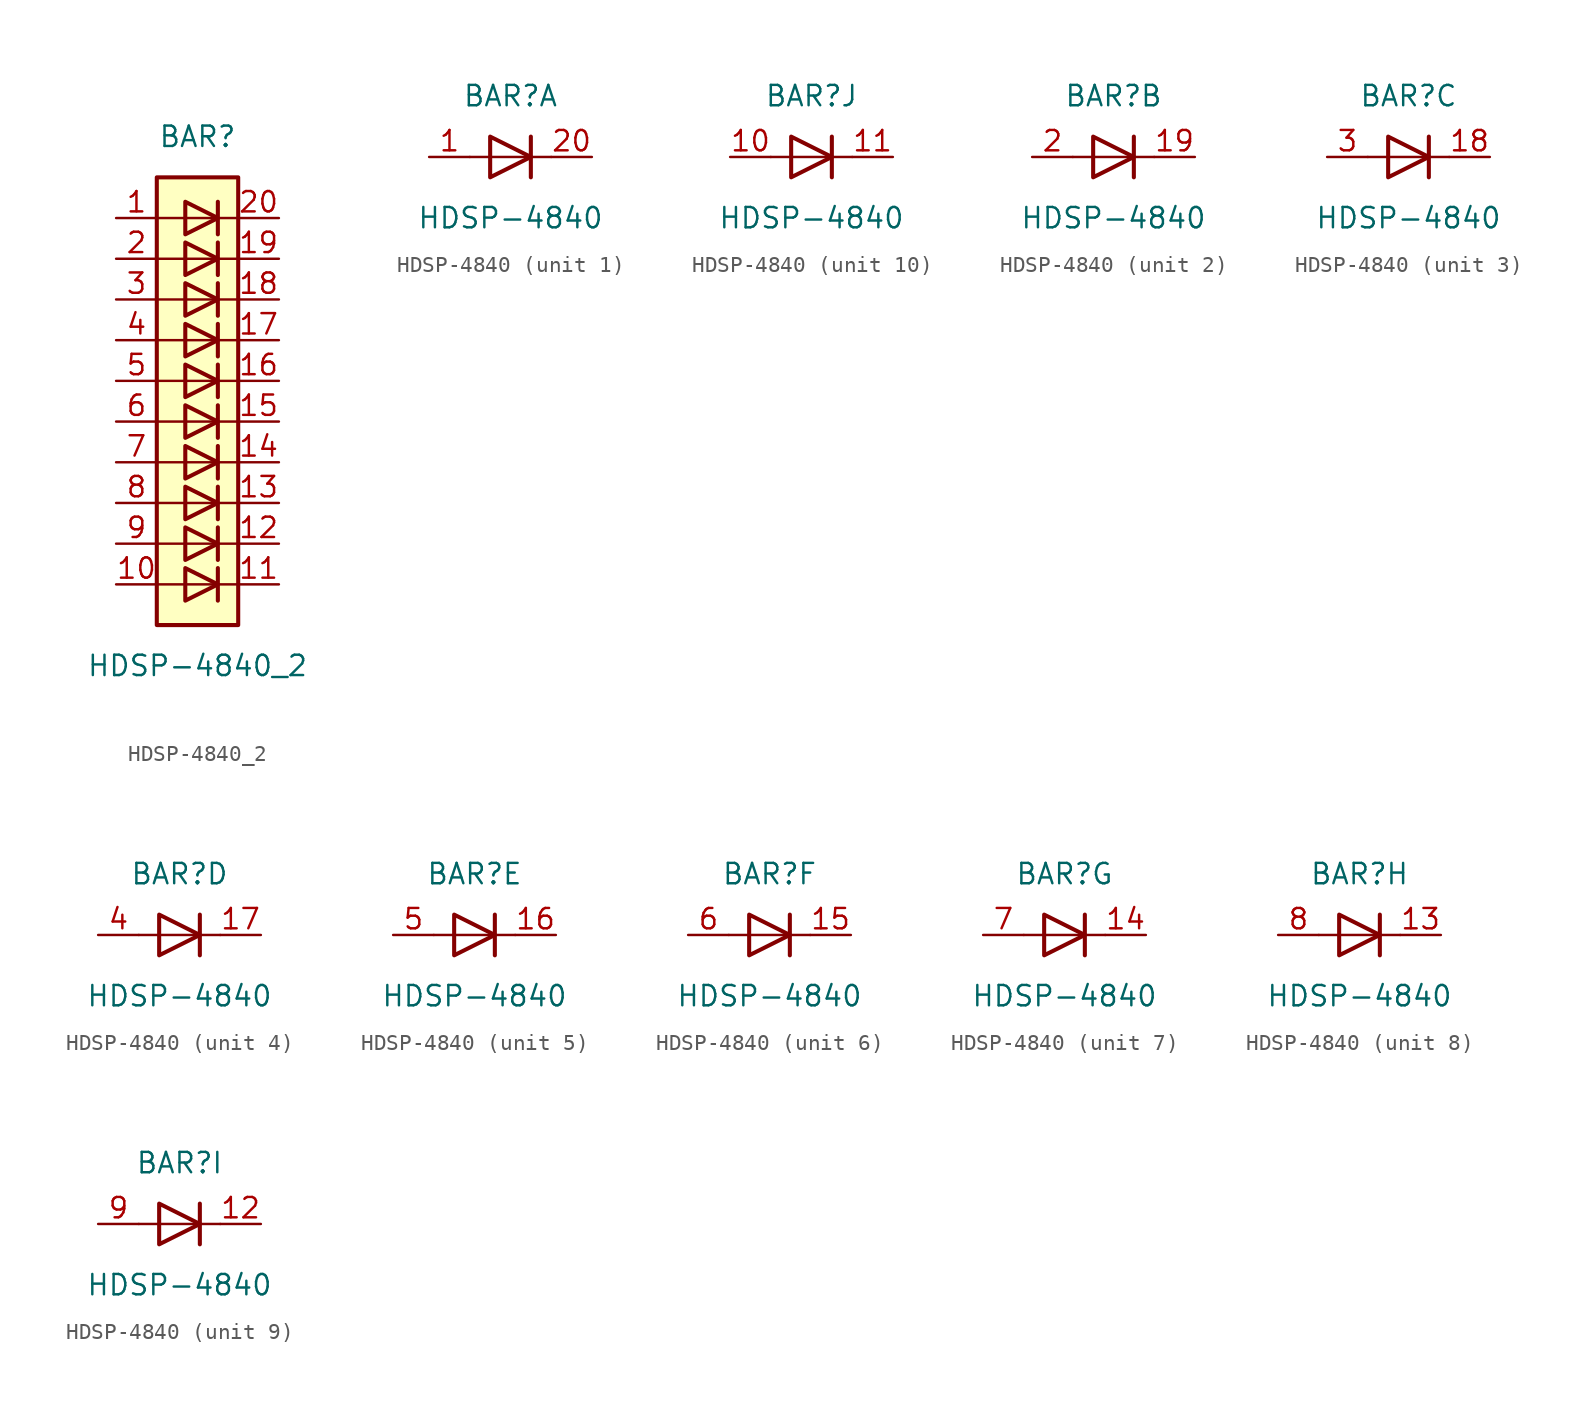
<source format=kicad_sym>
(kicad_symbol_lib
  (version 20201005)
  (generator kicad_symbol_editor)
  (symbol "LED:HDSP-4840_2"
    (pin_names
      (offset 1.016) hide)
    (property "Reference" "BAR"
      (at 0 15.24 0)
      (effects (font (size 1.27 1.27))))
    (property "Value" "HDSP-4840_2"
      (at 0 -17.78 0)
      (effects (font (size 1.27 1.27))))
    (symbol "HDSP-4840_2_0_1"
      (rectangle (start -2.54 12.7) (end 2.54 -15.24) (stroke (width 0.254)) (fill (type background)))
      (polyline (pts (xy -2.54 -12.7) (xy 2.54 -12.7)) (stroke (width 0)) (fill (type none)))
      (polyline (pts (xy -2.54 -10.16) (xy 2.54 -10.16)) (stroke (width 0)) (fill (type none)))
      (polyline (pts (xy -2.54 -7.62) (xy 2.54 -7.62)) (stroke (width 0)) (fill (type none)))
      (polyline (pts (xy -2.54 -5.08) (xy 2.54 -5.08)) (stroke (width 0)) (fill (type none)))
      (polyline (pts (xy -2.54 0) (xy 2.54 0)) (stroke (width 0)) (fill (type none)))
      (polyline (pts (xy -2.54 5.08) (xy 2.54 5.08)) (stroke (width 0)) (fill (type none)))
      (polyline (pts (xy -2.54 7.62) (xy 2.54 7.62)) (stroke (width 0)) (fill (type none)))
      (polyline (pts (xy -2.54 10.16) (xy 2.54 10.16)) (stroke (width 0)) (fill (type none)))
      (polyline (pts (xy 1.27 -11.684) (xy 1.27 -13.716)) (stroke (width 0.254)) (fill (type none)))
      (polyline (pts (xy 1.27 -9.144) (xy 1.27 -11.176)) (stroke (width 0.254)) (fill (type none)))
      (polyline (pts (xy 1.27 -6.604) (xy 1.27 -8.636)) (stroke (width 0.254)) (fill (type none)))
      (polyline (pts (xy 1.27 -4.064) (xy 1.27 -6.096)) (stroke (width 0.254)) (fill (type none)))
      (polyline (pts (xy 1.27 -1.524) (xy 1.27 -3.556)) (stroke (width 0.254)) (fill (type none)))
      (polyline (pts (xy 1.27 1.016) (xy 1.27 -1.016)) (stroke (width 0.254)) (fill (type none)))
      (polyline (pts (xy 1.27 3.556) (xy 1.27 1.524)) (stroke (width 0.254)) (fill (type none)))
      (polyline (pts (xy 1.27 6.096) (xy 1.27 4.064)) (stroke (width 0.254)) (fill (type none)))
      (polyline (pts (xy 1.27 8.636) (xy 1.27 6.604)) (stroke (width 0.254)) (fill (type none)))
      (polyline (pts (xy 1.27 11.176) (xy 1.27 9.144)) (stroke (width 0.254)) (fill (type none)))
      (polyline (pts (xy 2.54 -2.54) (xy -2.54 -2.54)) (stroke (width 0)) (fill (type none)))
      (polyline (pts (xy 2.54 2.54) (xy -2.54 2.54)) (stroke (width 0)) (fill (type none)))
      (polyline (pts (xy -0.762 -11.684) (xy -0.762 -13.716) (xy 1.27 -12.7) (xy -0.762 -11.684)) (stroke (width 0.254)) (fill (type none)))
      (polyline (pts (xy -0.762 -9.144) (xy -0.762 -11.176) (xy 1.27 -10.16) (xy -0.762 -9.144)) (stroke (width 0.254)) (fill (type none)))
      (polyline (pts (xy -0.762 -6.604) (xy -0.762 -8.636) (xy 1.27 -7.62) (xy -0.762 -6.604)) (stroke (width 0.254)) (fill (type none)))
      (polyline (pts (xy -0.762 -4.064) (xy -0.762 -6.096) (xy 1.27 -5.08) (xy -0.762 -4.064)) (stroke (width 0.254)) (fill (type none)))
      (polyline (pts (xy -0.762 -1.524) (xy -0.762 -3.556) (xy 1.27 -2.54) (xy -0.762 -1.524)) (stroke (width 0.254)) (fill (type none)))
      (polyline (pts (xy -0.762 1.016) (xy -0.762 -1.016) (xy 1.27 0) (xy -0.762 1.016)) (stroke (width 0.254)) (fill (type none)))
      (polyline (pts (xy -0.762 3.556) (xy -0.762 1.524) (xy 1.27 2.54) (xy -0.762 3.556)) (stroke (width 0.254)) (fill (type none)))
      (polyline (pts (xy -0.762 6.096) (xy -0.762 4.064) (xy 1.27 5.08) (xy -0.762 6.096)) (stroke (width 0.254)) (fill (type none)))
      (polyline (pts (xy -0.762 8.636) (xy -0.762 6.604) (xy 1.27 7.62) (xy -0.762 8.636)) (stroke (width 0.254)) (fill (type none)))
      (polyline (pts (xy -0.762 11.176) (xy -0.762 9.144) (xy 1.27 10.16) (xy -0.762 11.176)) (stroke (width 0.254)) (fill (type none))))
    (symbol "HDSP-4840_2_1_1"
      (pin passive line (at -5.08 10.16 0) (length 2.54) (name "A" (effects (font (size 1.27 1.27)))) (number "1" (effects (font (size 1.27 1.27)))))
      (pin passive line (at -5.08 -12.7 0) (length 2.54) (name "A" (effects (font (size 1.27 1.27)))) (number "10" (effects (font (size 1.27 1.27)))))
      (pin passive line (at 5.08 -12.7 180) (length 2.54) (name "K" (effects (font (size 1.27 1.27)))) (number "11" (effects (font (size 1.27 1.27)))))
      (pin passive line (at 5.08 -10.16 180) (length 2.54) (name "K" (effects (font (size 1.27 1.27)))) (number "12" (effects (font (size 1.27 1.27)))))
      (pin passive line (at 5.08 -7.62 180) (length 2.54) (name "K" (effects (font (size 1.27 1.27)))) (number "13" (effects (font (size 1.27 1.27)))))
      (pin passive line (at 5.08 -5.08 180) (length 2.54) (name "K" (effects (font (size 1.27 1.27)))) (number "14" (effects (font (size 1.27 1.27)))))
      (pin passive line (at 5.08 -2.54 180) (length 2.54) (name "K" (effects (font (size 1.27 1.27)))) (number "15" (effects (font (size 1.27 1.27)))))
      (pin passive line (at 5.08 0 180) (length 2.54) (name "K" (effects (font (size 1.27 1.27)))) (number "16" (effects (font (size 1.27 1.27)))))
      (pin passive line (at 5.08 2.54 180) (length 2.54) (name "K" (effects (font (size 1.27 1.27)))) (number "17" (effects (font (size 1.27 1.27)))))
      (pin passive line (at 5.08 5.08 180) (length 2.54) (name "K" (effects (font (size 1.27 1.27)))) (number "18" (effects (font (size 1.27 1.27)))))
      (pin passive line (at 5.08 7.62 180) (length 2.54) (name "K" (effects (font (size 1.27 1.27)))) (number "19" (effects (font (size 1.27 1.27)))))
      (pin passive line (at -5.08 7.62 0) (length 2.54) (name "A" (effects (font (size 1.27 1.27)))) (number "2" (effects (font (size 1.27 1.27)))))
      (pin passive line (at 5.08 10.16 180) (length 2.54) (name "K" (effects (font (size 1.27 1.27)))) (number "20" (effects (font (size 1.27 1.27)))))
      (pin passive line (at -5.08 5.08 0) (length 2.54) (name "A" (effects (font (size 1.27 1.27)))) (number "3" (effects (font (size 1.27 1.27)))))
      (pin passive line (at -5.08 2.54 0) (length 2.54) (name "A" (effects (font (size 1.27 1.27)))) (number "4" (effects (font (size 1.27 1.27)))))
      (pin passive line (at -5.08 0 0) (length 2.54) (name "A" (effects (font (size 1.27 1.27)))) (number "5" (effects (font (size 1.27 1.27)))))
      (pin passive line (at -5.08 -2.54 0) (length 2.54) (name "A" (effects (font (size 1.27 1.27)))) (number "6" (effects (font (size 1.27 1.27)))))
      (pin passive line (at -5.08 -5.08 0) (length 2.54) (name "A" (effects (font (size 1.27 1.27)))) (number "7" (effects (font (size 1.27 1.27)))))
      (pin passive line (at -5.08 -7.62 0) (length 2.54) (name "A" (effects (font (size 1.27 1.27)))) (number "8" (effects (font (size 1.27 1.27)))))
      (pin passive line (at -5.08 -10.16 0) (length 2.54) (name "A" (effects (font (size 1.27 1.27)))) (number "9" (effects (font (size 1.27 1.27)))))))
  (symbol "LED:HDSP-4840"
    (pin_names
      (offset 1.016) hide)
    (property "Reference" "BAR"
      (at 0 3.81 0)
      (effects (font (size 1.27 1.27))))
    (property "Value" "HDSP-4840"
      (at 0 -3.81 0)
      (effects (font (size 1.27 1.27))))
    (symbol "HDSP-4840_0_1"
      (polyline (pts (xy -2.54 0) (xy 2.54 0)) (stroke (width 0)) (fill (type none)))
      (polyline (pts (xy 1.27 -1.27) (xy 1.27 1.27)) (stroke (width 0.254)) (fill (type none)))
      (polyline (pts (xy -1.27 1.27) (xy -1.27 -1.27) (xy 1.27 0) (xy -1.27 1.27)) (stroke (width 0.254)) (fill (type none))))
    (symbol "HDSP-4840_1_1"
      (pin passive line (at -5.08 0 0) (length 2.54) (name "A" (effects (font (size 1.27 1.27)))) (number "1" (effects (font (size 1.27 1.27)))))
      (pin passive line (at 5.08 0 180) (length 2.54) (name "K" (effects (font (size 1.27 1.27)))) (number "20" (effects (font (size 1.27 1.27))))))
    (symbol "HDSP-4840_2_1"
      (pin passive line (at 5.08 0 180) (length 2.54) (name "K" (effects (font (size 1.27 1.27)))) (number "19" (effects (font (size 1.27 1.27)))))
      (pin passive line (at -5.08 0 0) (length 2.54) (name "A" (effects (font (size 1.27 1.27)))) (number "2" (effects (font (size 1.27 1.27))))))
    (symbol "HDSP-4840_3_1"
      (pin passive line (at 5.08 0 180) (length 2.54) (name "K" (effects (font (size 1.27 1.27)))) (number "18" (effects (font (size 1.27 1.27)))))
      (pin passive line (at -5.08 0 0) (length 2.54) (name "A" (effects (font (size 1.27 1.27)))) (number "3" (effects (font (size 1.27 1.27))))))
    (symbol "HDSP-4840_4_1"
      (pin passive line (at 5.08 0 180) (length 2.54) (name "K" (effects (font (size 1.27 1.27)))) (number "17" (effects (font (size 1.27 1.27)))))
      (pin passive line (at -5.08 0 0) (length 2.54) (name "A" (effects (font (size 1.27 1.27)))) (number "4" (effects (font (size 1.27 1.27))))))
    (symbol "HDSP-4840_5_1"
      (pin passive line (at 5.08 0 180) (length 2.54) (name "K" (effects (font (size 1.27 1.27)))) (number "16" (effects (font (size 1.27 1.27)))))
      (pin passive line (at -5.08 0 0) (length 2.54) (name "A" (effects (font (size 1.27 1.27)))) (number "5" (effects (font (size 1.27 1.27))))))
    (symbol "HDSP-4840_6_1"
      (pin passive line (at 5.08 0 180) (length 2.54) (name "K" (effects (font (size 1.27 1.27)))) (number "15" (effects (font (size 1.27 1.27)))))
      (pin passive line (at -5.08 0 0) (length 2.54) (name "A" (effects (font (size 1.27 1.27)))) (number "6" (effects (font (size 1.27 1.27))))))
    (symbol "HDSP-4840_7_1"
      (pin passive line (at 5.08 0 180) (length 2.54) (name "K" (effects (font (size 1.27 1.27)))) (number "14" (effects (font (size 1.27 1.27)))))
      (pin passive line (at -5.08 0 0) (length 2.54) (name "A" (effects (font (size 1.27 1.27)))) (number "7" (effects (font (size 1.27 1.27))))))
    (symbol "HDSP-4840_8_1"
      (pin passive line (at 5.08 0 180) (length 2.54) (name "K" (effects (font (size 1.27 1.27)))) (number "13" (effects (font (size 1.27 1.27)))))
      (pin passive line (at -5.08 0 0) (length 2.54) (name "A" (effects (font (size 1.27 1.27)))) (number "8" (effects (font (size 1.27 1.27))))))
    (symbol "HDSP-4840_9_1"
      (pin passive line (at 5.08 0 180) (length 2.54) (name "K" (effects (font (size 1.27 1.27)))) (number "12" (effects (font (size 1.27 1.27)))))
      (pin passive line (at -5.08 0 0) (length 2.54) (name "A" (effects (font (size 1.27 1.27)))) (number "9" (effects (font (size 1.27 1.27))))))
    (symbol "HDSP-4840_10_1"
      (pin passive line (at -5.08 0 0) (length 2.54) (name "A" (effects (font (size 1.27 1.27)))) (number "10" (effects (font (size 1.27 1.27)))))
      (pin passive line (at 5.08 0 180) (length 2.54) (name "K" (effects (font (size 1.27 1.27)))) (number "11" (effects (font (size 1.27 1.27))))))))
</source>
